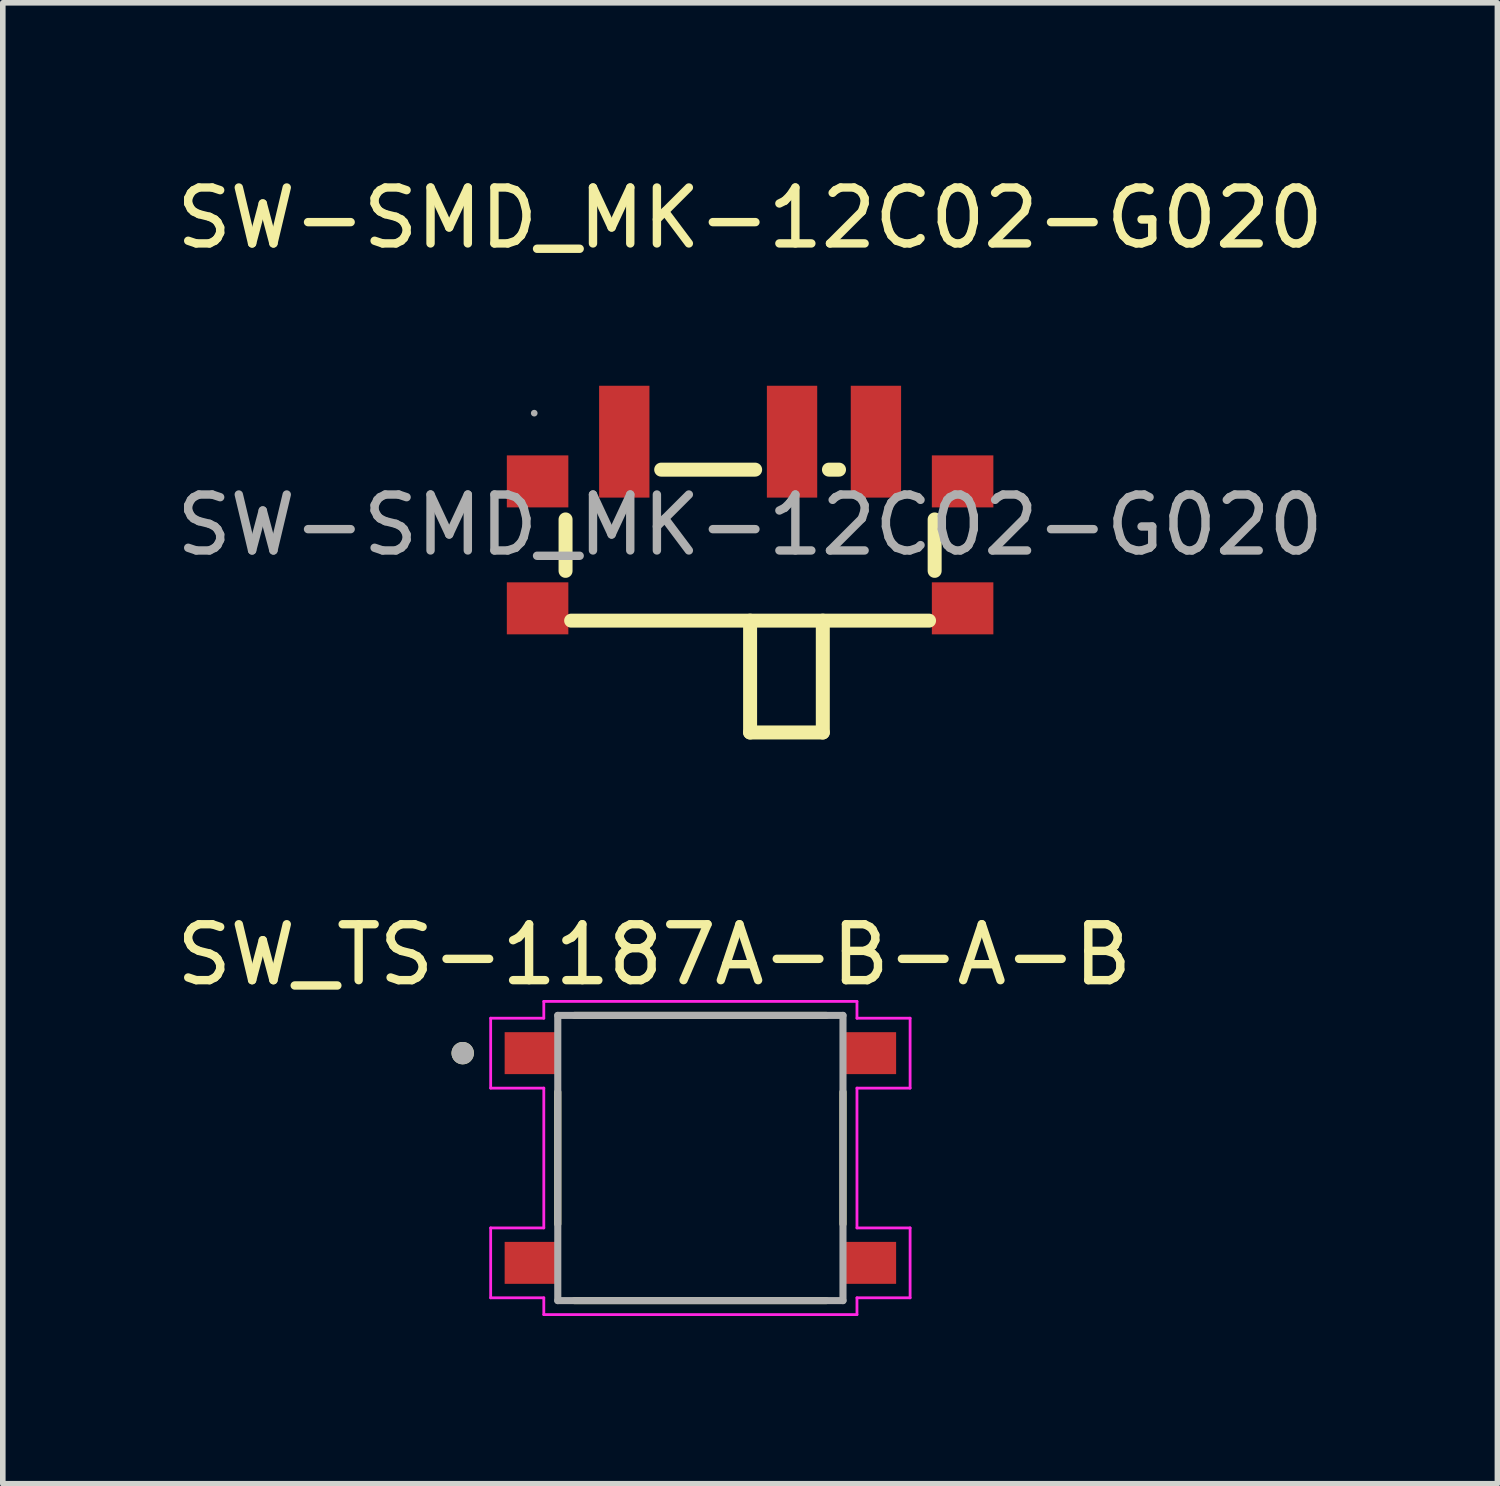
<source format=kicad_pcb>
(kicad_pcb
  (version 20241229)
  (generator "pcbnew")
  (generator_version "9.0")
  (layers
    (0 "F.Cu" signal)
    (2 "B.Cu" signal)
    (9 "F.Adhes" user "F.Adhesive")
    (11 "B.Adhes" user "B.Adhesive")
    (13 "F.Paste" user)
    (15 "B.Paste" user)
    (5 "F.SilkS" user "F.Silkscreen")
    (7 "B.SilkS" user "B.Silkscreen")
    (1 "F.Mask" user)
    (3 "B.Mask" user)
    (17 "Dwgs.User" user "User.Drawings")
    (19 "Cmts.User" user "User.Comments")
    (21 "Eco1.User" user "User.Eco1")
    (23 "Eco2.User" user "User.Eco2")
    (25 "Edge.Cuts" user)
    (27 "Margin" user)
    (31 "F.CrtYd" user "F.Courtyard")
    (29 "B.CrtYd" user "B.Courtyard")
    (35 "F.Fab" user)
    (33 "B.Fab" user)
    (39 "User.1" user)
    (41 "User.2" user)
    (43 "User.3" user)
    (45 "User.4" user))
  (footprint "SW-SMD_MK-12C02-G020"
    (layer "F.Cu")
    (at 10.363 6.338)
    (property "Reference" "SW-SMD_MK-12C02-G020" (at 0 -5.49 0) (layer "F.SilkS") (effects (font (size 1 1) (thickness 0.15))))
    (attr smd)
    (fp_line (start -3.3 0.82) (end -3.3 -0.1) (stroke (width 0.25) (type solid)) (layer "F.SilkS"))
    (fp_line (start 0 3.71) (end 0 1.71) (stroke (width 0.25) (type solid)) (layer "F.SilkS"))
    (fp_line (start 0.09 -0.99) (end -1.59 -0.99) (stroke (width 0.25) (type solid)) (layer "F.SilkS"))
    (fp_line (start 1.3 1.71) (end 1.3 3.71) (stroke (width 0.25) (type solid)) (layer "F.SilkS"))
    (fp_line (start 1.3 3.71) (end 0 3.71) (stroke (width 0.25) (type solid)) (layer "F.SilkS"))
    (fp_line (start 1.59 -0.99) (end 1.41 -0.99) (stroke (width 0.25) (type solid)) (layer "F.SilkS"))
    (fp_line (start 3.2 1.71) (end -3.2 1.71) (stroke (width 0.25) (type solid)) (layer "F.SilkS"))
    (fp_line (start 3.3 0.82) (end 3.3 -0.1) (stroke (width 0.25) (type solid)) (layer "F.SilkS"))
    (fp_circle (center -3.86 -2) (end -3.83 -2) (stroke (width 0.06) (type solid)) (fill no) (layer "F.Fab"))
    (fp_text user "${REFERENCE}" (at 0 0 0) (layer "F.Fab") (effects (font (size 1 1) (thickness 0.15))))
    (pad "1" smd rect (at -2.25 -1.49) (size 0.9 2) (layers "F.Cu" "F.Mask" "F.Paste"))
    (pad "2" smd rect (at 0.75 -1.49) (size 0.9 2) (layers "F.Cu" "F.Mask" "F.Paste"))
    (pad "3" smd rect (at 2.25 -1.49) (size 0.9 2) (layers "F.Cu" "F.Mask" "F.Paste"))
    (pad "4" smd rect (at 3.8 -0.78) (size 1.1 0.93) (layers "F.Cu" "F.Mask" "F.Paste"))
    (pad "5" smd rect (at 3.8 1.49) (size 1.1 0.93) (layers "F.Cu" "F.Mask" "F.Paste"))
    (pad "6" smd rect (at -3.8 1.49) (size 1.1 0.93) (layers "F.Cu" "F.Mask" "F.Paste"))
    (pad "7" smd rect (at -3.8 -0.78 180) (size 1.1 0.93) (layers "F.Cu" "F.Mask" "F.Paste")))
  (footprint "SW_TS-1187A-B-A-B"
    (layer "F.Cu")
    (at 9.474 17.657)
    (property "Reference" "SW_TS-1187A-B-A-B" (at -0.825 -3.635 0) (layer "F.SilkS") (effects (font (size 1 1) (thickness 0.15))))
    (attr smd)
    (fp_line (start -2.55 -1.18) (end -2.55 1.18) (stroke (width 0.127) (type solid)) (layer "F.SilkS"))
    (fp_line (start 2.25 -2.55) (end -2.25 -2.55) (stroke (width 0.127) (type solid)) (layer "F.SilkS"))
    (fp_line (start 2.25 2.55) (end -2.25 2.55) (stroke (width 0.127) (type solid)) (layer "F.SilkS"))
    (fp_line (start 2.55 1.18) (end 2.55 -1.18) (stroke (width 0.127) (type solid)) (layer "F.SilkS"))
    (fp_circle (center -4.25 -1.875) (end -4.15 -1.875) (stroke (width 0.2) (type solid)) (fill no) (layer "F.SilkS"))
    (fp_line (start -3.75 -2.5) (end -3.75 -1.25) (stroke (width 0.05) (type solid)) (layer "F.CrtYd"))
    (fp_line (start -3.75 -2.5) (end -2.8 -2.5) (stroke (width 0.05) (type solid)) (layer "F.CrtYd"))
    (fp_line (start -3.75 -1.25) (end -2.8 -1.25) (stroke (width 0.05) (type solid)) (layer "F.CrtYd"))
    (fp_line (start -3.75 1.25) (end -2.8 1.25) (stroke (width 0.05) (type solid)) (layer "F.CrtYd"))
    (fp_line (start -3.75 2.5) (end -3.75 1.25) (stroke (width 0.05) (type solid)) (layer "F.CrtYd"))
    (fp_line (start -3.75 2.5) (end -2.8 2.5) (stroke (width 0.05) (type solid)) (layer "F.CrtYd"))
    (fp_line (start -2.8 -2.8) (end -2.8 -2.5) (stroke (width 0.05) (type solid)) (layer "F.CrtYd"))
    (fp_line (start -2.8 -1.25) (end -2.8 1.25) (stroke (width 0.05) (type solid)) (layer "F.CrtYd"))
    (fp_line (start -2.8 2.8) (end -2.8 2.5) (stroke (width 0.05) (type solid)) (layer "F.CrtYd"))
    (fp_line (start -2.8 2.8) (end 2.8 2.8) (stroke (width 0.05) (type solid)) (layer "F.CrtYd"))
    (fp_line (start 2.8 -2.8) (end -2.8 -2.8) (stroke (width 0.05) (type solid)) (layer "F.CrtYd"))
    (fp_line (start 2.8 -2.8) (end 2.8 -2.5) (stroke (width 0.05) (type solid)) (layer "F.CrtYd"))
    (fp_line (start 2.8 -1.25) (end 2.8 1.25) (stroke (width 0.05) (type solid)) (layer "F.CrtYd"))
    (fp_line (start 2.8 2.8) (end 2.8 2.5) (stroke (width 0.05) (type solid)) (layer "F.CrtYd"))
    (fp_line (start 3.75 -2.5) (end 2.8 -2.5) (stroke (width 0.05) (type solid)) (layer "F.CrtYd"))
    (fp_line (start 3.75 -2.5) (end 3.75 -1.25) (stroke (width 0.05) (type solid)) (layer "F.CrtYd"))
    (fp_line (start 3.75 -1.25) (end 2.8 -1.25) (stroke (width 0.05) (type solid)) (layer "F.CrtYd"))
    (fp_line (start 3.75 1.25) (end 2.8 1.25) (stroke (width 0.05) (type solid)) (layer "F.CrtYd"))
    (fp_line (start 3.75 2.5) (end 2.8 2.5) (stroke (width 0.05) (type solid)) (layer "F.CrtYd"))
    (fp_line (start 3.75 2.5) (end 3.75 1.25) (stroke (width 0.05) (type solid)) (layer "F.CrtYd"))
    (fp_line (start -2.55 -2.55) (end -2.55 2.55) (stroke (width 0.127) (type solid)) (layer "F.Fab"))
    (fp_line (start -2.55 2.55) (end 2.55 2.55) (stroke (width 0.127) (type solid)) (layer "F.Fab"))
    (fp_line (start 2.55 -2.55) (end -2.55 -2.55) (stroke (width 0.127) (type solid)) (layer "F.Fab"))
    (fp_line (start 2.55 2.55) (end 2.55 -2.55) (stroke (width 0.127) (type solid)) (layer "F.Fab"))
    (fp_circle (center -4.25 -1.875) (end -4.15 -1.875) (stroke (width 0.2) (type solid)) (fill no) (layer "F.Fab"))
    (pad "1" smd rect (at -3 -1.875) (size 1 0.75) (layers "F.Cu" "F.Mask" "F.Paste"))
    (pad "1" smd rect (at 3 -1.875) (size 1 0.75) (layers "F.Cu" "F.Mask" "F.Paste"))
    (pad "2" smd rect (at -3 1.875) (size 1 0.75) (layers "F.Cu" "F.Mask" "F.Paste"))
    (pad "2" smd rect (at 3 1.875) (size 1 0.75) (layers "F.Cu" "F.Mask" "F.Paste")))
  (gr_rect
    (start -3 -3)
    (end 23.726 23.482)
    (stroke (width 0.1) (type default))
    (fill no)
    (layer "Edge.Cuts")))
</source>
